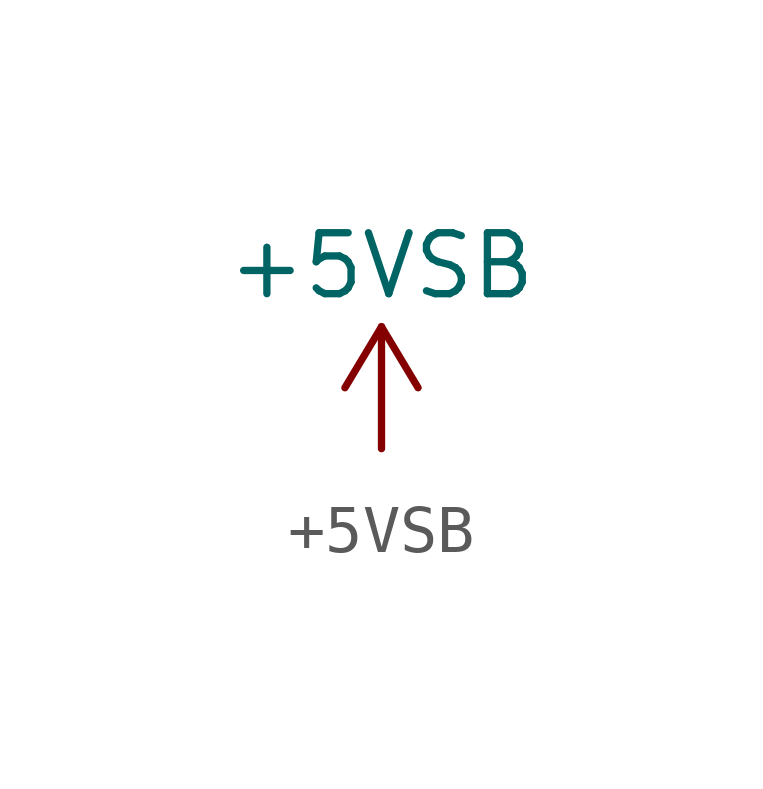
<source format=kicad_sym>
(kicad_symbol_lib
  (version 20231120)
  (generator "kicad_symbol_editor")
  (generator_version "8.0")
  (symbol "+5VSB"
    (power)
    (pin_names
      (offset 0))
    (property "Reference" "#PWR"
      (at 0 -2.54 0)
      (effects (font (size 1.27 1.27)) (hide yes)))
    (property "Value" "+5VSB"
      (at 0 3.81 0)
      (effects (font (size 1.27 1.27))))
    (symbol "+5VSB_1_1"
      (polyline (pts (xy -0.762 1.27) (xy 0 2.54)) (stroke (width 0) (type default)) (fill (type none)))
      (polyline (pts (xy 0 0) (xy 0 2.54)) (stroke (width 0) (type default)) (fill (type none)))
      (polyline (pts (xy 0 2.54) (xy 0.762 1.27)) (stroke (width 0) (type default)) (fill (type none)))
      (pin power_in line (at 0 0 90) (length 0) hide (name "+5VSB" (effects (font (size 1.27 1.27)))) (number "1" (effects (font (size 1.27 1.27))))))))
</source>
